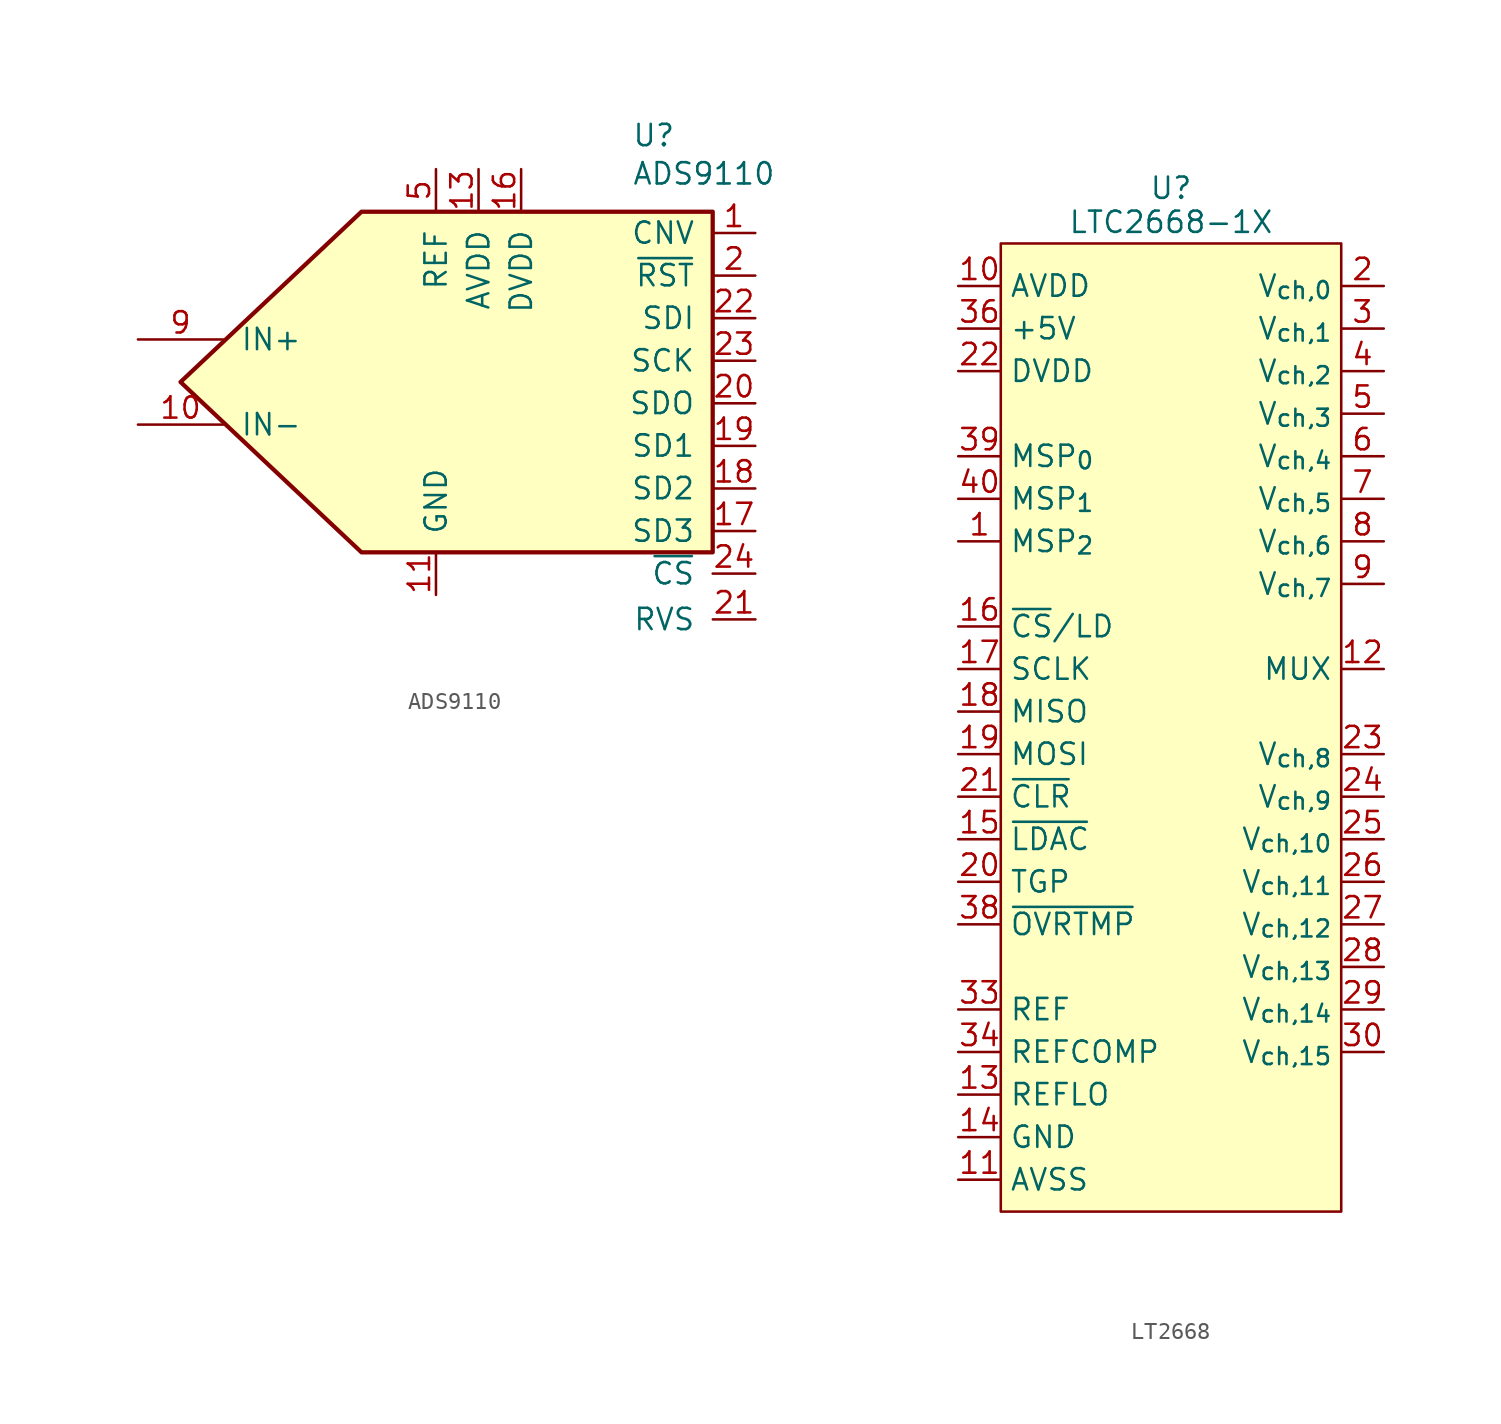
<source format=kicad_sym>
(kicad_symbol_lib
  (version 20231120)
  (generator "kicad_symbol_editor")
  (generator_version "8.0")
  (symbol "ADS9110"
    (pin_names
      (offset 1.016))
    (property "Reference" "U"
      (at 14.224 13.97 0)
      (effects (font (size 1.27 1.27)) (justify left bottom)))
    (property "Value" "ADS9110"
      (at 14.224 11.684 0)
      (effects (font (size 1.27 1.27)) (justify left bottom)))
    (symbol "ADS9110_1_1"
      (polyline (pts (xy -1.905 10.16) (xy -12.7 0) (xy -1.905 -10.16) (xy 19.05 -10.16) (xy 19.05 10.16) (xy -1.905 10.16)) (stroke (width 0.254) (type solid)) (fill (type background)))
      (pin input line (at 21.59 8.89 180) (length 2.54) (name "CNV" (effects (font (size 1.27 1.27)))) (number "1" (effects (font (size 1.27 1.27)))))
      (pin input line (at -15.24 -2.54 0) (length 5.08) (name "IN-" (effects (font (size 1.27 1.27)))) (number "10" (effects (font (size 1.27 1.27)))))
      (pin power_in line (at 2.54 -12.7 90) (length 2.54) (name "GND" (effects (font (size 1.27 1.27)))) (number "11" (effects (font (size 1.27 1.27)))))
      (pin no_connect line (at 7.62 -12.7 90) (length 2.54) hide (name "NC" (effects (font (size 1.27 1.27)))) (number "12" (effects (font (size 1.27 1.27)))))
      (pin power_in line (at 5.08 12.7 270) (length 2.54) (name "AVDD" (effects (font (size 1.27 1.27)))) (number "13" (effects (font (size 1.27 1.27)))))
      (pin passive line (at 5.08 12.7 270) (length 2.54) hide (name "AVDD" (effects (font (size 1.27 1.27)))) (number "14" (effects (font (size 1.27 1.27)))))
      (pin passive line (at 2.54 -12.7 90) (length 2.54) hide (name "GND" (effects (font (size 1.27 1.27)))) (number "15" (effects (font (size 1.27 1.27)))))
      (pin power_in line (at 7.62 12.7 270) (length 2.54) (name "DVDD" (effects (font (size 1.27 1.27)))) (number "16" (effects (font (size 1.27 1.27)))))
      (pin output line (at 21.59 -8.89 180) (length 2.54) (name "SD3" (effects (font (size 1.27 1.27)))) (number "17" (effects (font (size 1.27 1.27)))))
      (pin output line (at 21.59 -6.35 180) (length 2.54) (name "SD2" (effects (font (size 1.27 1.27)))) (number "18" (effects (font (size 1.27 1.27)))))
      (pin output line (at 21.59 -3.81 180) (length 2.54) (name "SD1" (effects (font (size 1.27 1.27)))) (number "19" (effects (font (size 1.27 1.27)))))
      (pin input line (at 21.59 6.35 180) (length 2.54) (name "~{RST}" (effects (font (size 1.27 1.27)))) (number "2" (effects (font (size 1.27 1.27)))))
      (pin output line (at 21.59 -1.27 180) (length 2.54) (name "SDO" (effects (font (size 1.27 1.27)))) (number "20" (effects (font (size 1.27 1.27)))))
      (pin output line (at 21.599 -14.161 180) (length 2.54) (name "RVS" (effects (font (size 1.27 1.27)))) (number "21" (effects (font (size 1.27 1.27)))))
      (pin input line (at 21.59 3.81 180) (length 2.54) (name "SDI" (effects (font (size 1.27 1.27)))) (number "22" (effects (font (size 1.27 1.27)))))
      (pin input line (at 21.59 1.27 180) (length 2.54) (name "SCK" (effects (font (size 1.27 1.27)))) (number "23" (effects (font (size 1.27 1.27)))))
      (pin input line (at 21.59 -11.43 180) (length 2.54) (name "~{CS}" (effects (font (size 1.27 1.27)))) (number "24" (effects (font (size 1.27 1.27)))))
      (pin passive line (at 2.54 -12.7 90) (length 2.54) hide (name "PAD" (effects (font (size 1.27 1.27)))) (number "25" (effects (font (size 1.27 1.27)))))
      (pin no_connect line (at 7.62 -12.7 90) (length 2.54) hide (name "NC" (effects (font (size 1.27 1.27)))) (number "3" (effects (font (size 1.27 1.27)))))
      (pin passive line (at 2.54 -12.7 90) (length 2.54) hide (name "REFM" (effects (font (size 1.27 1.27)))) (number "4" (effects (font (size 1.27 1.27)))))
      (pin input line (at 2.54 12.7 270) (length 2.54) (name "REF" (effects (font (size 1.27 1.27)))) (number "5" (effects (font (size 1.27 1.27)))))
      (pin no_connect line (at 7.62 -12.7 90) (length 2.54) hide (name "NC" (effects (font (size 1.27 1.27)))) (number "6" (effects (font (size 1.27 1.27)))))
      (pin passive line (at 2.54 12.7 270) (length 2.54) hide (name "REF" (effects (font (size 1.27 1.27)))) (number "7" (effects (font (size 1.27 1.27)))))
      (pin passive line (at 2.54 -12.7 90) (length 2.54) hide (name "REFM" (effects (font (size 1.27 1.27)))) (number "8" (effects (font (size 1.27 1.27)))))
      (pin input line (at -15.24 2.54 0) (length 5.08) (name "IN+" (effects (font (size 1.27 1.27)))) (number "9" (effects (font (size 1.27 1.27)))))))
  (symbol "LT2668"
    (property "Reference" "U"
      (at 0 3.302 0)
      (effects (font (size 1.27 1.27))))
    (property "Value" "LTC2668-1X"
      (at 0 1.27 0)
      (effects (font (size 1.27 1.27))))
    (symbol "LT2668_1_1"
      (rectangle (start -10.16 0) (end 10.16 -57.785) (stroke (width 0) (type default)) (fill (type background)))
      (pin output line (at -12.7 -17.78 0) (length 2.54) (name "MSP_{2}" (effects (font (size 1.27 1.27)))) (number "1" (effects (font (size 1.27 1.27)))))
      (pin power_in line (at -12.7 -2.54 0) (length 2.54) (name "AVDD" (effects (font (size 1.27 1.27)))) (number "10" (effects (font (size 1.27 1.27)))))
      (pin power_in line (at -12.7 -55.88 0) (length 2.54) (name "AVSS" (effects (font (size 1.27 1.27)))) (number "11" (effects (font (size 1.27 1.27)))))
      (pin output line (at 12.7 -25.4 180) (length 2.54) (name "MUX" (effects (font (size 1.27 1.27)))) (number "12" (effects (font (size 1.27 1.27)))))
      (pin passive line (at -12.7 -50.8 0) (length 2.54) (name "REFLO" (effects (font (size 1.27 1.27)))) (number "13" (effects (font (size 1.27 1.27)))))
      (pin passive line (at -12.7 -53.34 0) (length 2.54) (name "GND" (effects (font (size 1.27 1.27)))) (number "14" (effects (font (size 1.27 1.27)))))
      (pin input line (at -12.7 -35.56 0) (length 2.54) (name "~{LDAC}" (effects (font (size 1.27 1.27)))) (number "15" (effects (font (size 1.27 1.27)))))
      (pin input line (at -12.7 -22.86 0) (length 2.54) (name "~{CS}/LD" (effects (font (size 1.27 1.27)))) (number "16" (effects (font (size 1.27 1.27)))))
      (pin input line (at -12.7 -25.4 0) (length 2.54) (name "SCLK" (effects (font (size 1.27 1.27)))) (number "17" (effects (font (size 1.27 1.27)))))
      (pin output line (at -12.7 -27.94 0) (length 2.54) (name "MISO" (effects (font (size 1.27 1.27)))) (number "18" (effects (font (size 1.27 1.27)))))
      (pin input line (at -12.7 -30.48 0) (length 2.54) (name "MOSI" (effects (font (size 1.27 1.27)))) (number "19" (effects (font (size 1.27 1.27)))))
      (pin output line (at 12.7 -2.54 180) (length 2.54) (name "V_{ch,0}" (effects (font (size 1.27 1.27)))) (number "2" (effects (font (size 1.27 1.27)))))
      (pin input line (at -12.7 -38.1 0) (length 2.54) (name "TGP" (effects (font (size 1.27 1.27)))) (number "20" (effects (font (size 1.27 1.27)))))
      (pin input line (at -12.7 -33.02 0) (length 2.54) (name "~{CLR}" (effects (font (size 1.27 1.27)))) (number "21" (effects (font (size 1.27 1.27)))))
      (pin power_in line (at -12.7 -7.62 0) (length 2.54) (name "DVDD" (effects (font (size 1.27 1.27)))) (number "22" (effects (font (size 1.27 1.27)))))
      (pin output line (at 12.7 -30.48 180) (length 2.54) (name "V_{ch,8}" (effects (font (size 1.27 1.27)))) (number "23" (effects (font (size 1.27 1.27)))))
      (pin output line (at 12.7 -33.02 180) (length 2.54) (name "V_{ch,9}" (effects (font (size 1.27 1.27)))) (number "24" (effects (font (size 1.27 1.27)))))
      (pin output line (at 12.7 -35.56 180) (length 2.54) (name "V_{ch,10}" (effects (font (size 1.27 1.27)))) (number "25" (effects (font (size 1.27 1.27)))))
      (pin output line (at 12.7 -38.1 180) (length 2.54) (name "V_{ch,11}" (effects (font (size 1.27 1.27)))) (number "26" (effects (font (size 1.27 1.27)))))
      (pin output line (at 12.7 -40.64 180) (length 2.54) (name "V_{ch,12}" (effects (font (size 1.27 1.27)))) (number "27" (effects (font (size 1.27 1.27)))))
      (pin output line (at 12.7 -43.18 180) (length 2.54) (name "V_{ch,13}" (effects (font (size 1.27 1.27)))) (number "28" (effects (font (size 1.27 1.27)))))
      (pin output line (at 12.7 -45.72 180) (length 2.54) (name "V_{ch,14}" (effects (font (size 1.27 1.27)))) (number "29" (effects (font (size 1.27 1.27)))))
      (pin output line (at 12.7 -5.08 180) (length 2.54) (name "V_{ch,1}" (effects (font (size 1.27 1.27)))) (number "3" (effects (font (size 1.27 1.27)))))
      (pin output line (at 12.7 -48.26 180) (length 2.54) (name "V_{ch,15}" (effects (font (size 1.27 1.27)))) (number "30" (effects (font (size 1.27 1.27)))))
      (pin passive line (at -12.7 -2.54 0) (length 2.54) hide (name "AVDD" (effects (font (size 1.27 1.27)))) (number "31" (effects (font (size 1.27 1.27)))))
      (pin passive line (at -12.7 -55.88 0) (length 2.54) hide (name "AVSS" (effects (font (size 1.27 1.27)))) (number "32" (effects (font (size 1.27 1.27)))))
      (pin input line (at -12.7 -45.72 0) (length 2.54) (name "REF" (effects (font (size 1.27 1.27)))) (number "33" (effects (font (size 1.27 1.27)))))
      (pin output line (at -12.7 -48.26 0) (length 2.54) (name "REFCOMP" (effects (font (size 1.27 1.27)))) (number "34" (effects (font (size 1.27 1.27)))))
      (pin passive line (at -12.7 -50.8 0) (length 2.54) hide (name "REFLO" (effects (font (size 1.27 1.27)))) (number "35" (effects (font (size 1.27 1.27)))))
      (pin power_in line (at -12.7 -5.08 0) (length 2.54) (name "+5V" (effects (font (size 1.27 1.27)))) (number "36" (effects (font (size 1.27 1.27)))))
      (pin passive line (at -12.7 -53.34 0) (length 2.54) hide (name "GND" (effects (font (size 1.27 1.27)))) (number "37" (effects (font (size 1.27 1.27)))))
      (pin open_collector line (at -12.7 -40.64 0) (length 2.54) (name "~{OVRTMP}" (effects (font (size 1.27 1.27)))) (number "38" (effects (font (size 1.27 1.27)))))
      (pin output line (at -12.7 -12.7 0) (length 2.54) (name "MSP_{0}" (effects (font (size 1.27 1.27)))) (number "39" (effects (font (size 1.27 1.27)))))
      (pin output line (at 12.7 -7.62 180) (length 2.54) (name "V_{ch,2}" (effects (font (size 1.27 1.27)))) (number "4" (effects (font (size 1.27 1.27)))))
      (pin output line (at -12.7 -15.24 0) (length 2.54) (name "MSP_{1}" (effects (font (size 1.27 1.27)))) (number "40" (effects (font (size 1.27 1.27)))))
      (pin passive line (at -12.7 -55.88 0) (length 2.54) hide (name "AVSS" (effects (font (size 1.27 1.27)))) (number "41" (effects (font (size 1.27 1.27)))))
      (pin output line (at 12.7 -10.16 180) (length 2.54) (name "V_{ch,3}" (effects (font (size 1.27 1.27)))) (number "5" (effects (font (size 1.27 1.27)))))
      (pin output line (at 12.7 -12.7 180) (length 2.54) (name "V_{ch,4}" (effects (font (size 1.27 1.27)))) (number "6" (effects (font (size 1.27 1.27)))))
      (pin output line (at 12.7 -15.24 180) (length 2.54) (name "V_{ch,5}" (effects (font (size 1.27 1.27)))) (number "7" (effects (font (size 1.27 1.27)))))
      (pin output line (at 12.7 -17.78 180) (length 2.54) (name "V_{ch,6}" (effects (font (size 1.27 1.27)))) (number "8" (effects (font (size 1.27 1.27)))))
      (pin output line (at 12.7 -20.32 180) (length 2.54) (name "V_{ch,7}" (effects (font (size 1.27 1.27)))) (number "9" (effects (font (size 1.27 1.27))))))))
</source>
